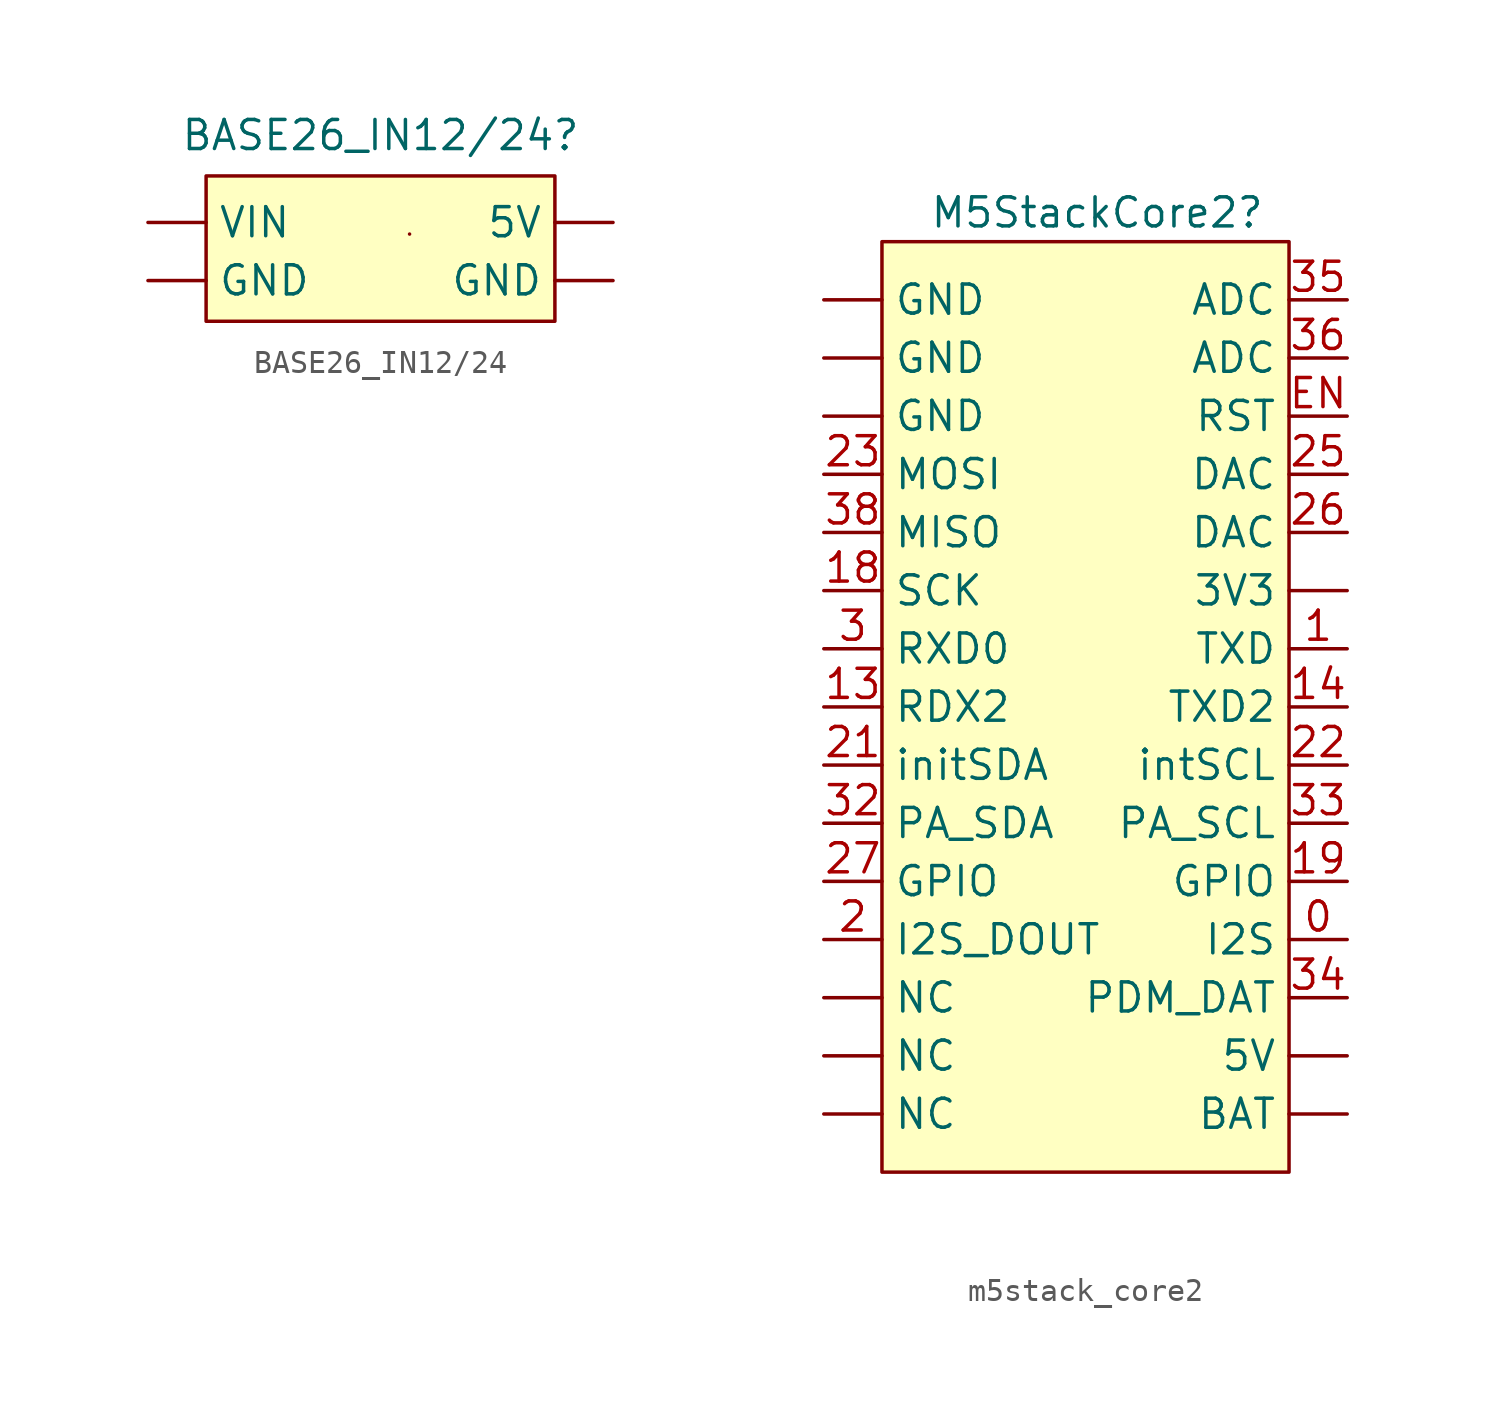
<source format=kicad_sym>
(kicad_symbol_lib
  (version 20231120)
  (generator "kicad_symbol_editor")
  (generator_version "8.0")
  (symbol "BASE26_IN12/24"
    (property "Reference" "BASE26_IN12/24"
      (at 0 0 0)
      (effects (font (size 1.27 1.27))))
    (property "Value" ""
      (at 0 0 0)
      (effects (font (size 1.27 1.27))))
    (symbol "BASE26_IN12/24_0_1"
      (rectangle (start 1.27 -4.318) (end 1.27 -4.318) (stroke (width 0) (type default)) (fill (type none))))
    (symbol "BASE26_IN12/24_1_1"
      (rectangle (start -7.62 -1.778) (end 7.62 -8.128) (stroke (width 0) (type default)) (fill (type background)))
      (pin power_out line (at 10.16 -3.81 180) (length 2.54) (name "5V" (effects (font (size 1.27 1.27)))) (number "" (effects (font (size 1.27 1.27)))))
      (pin power_in line (at -10.16 -6.35 0) (length 2.54) (name "GND" (effects (font (size 1.27 1.27)))) (number "" (effects (font (size 1.27 1.27)))))
      (pin power_out line (at 10.16 -6.35 180) (length 2.54) (name "GND" (effects (font (size 1.27 1.27)))) (number "" (effects (font (size 1.27 1.27)))))
      (pin power_in line (at -10.16 -3.81 0) (length 2.54) (name "VIN" (effects (font (size 1.27 1.27)))) (number "" (effects (font (size 1.27 1.27)))))))
  (symbol "m5stack_core2"
    (property "Reference" "M5StackCore2"
      (at 0.508 1.27 0)
      (effects (font (size 1.27 1.27))))
    (property "Value" ""
      (at 0 0 0)
      (effects (font (size 1.27 1.27))))
    (symbol "m5stack_core2_1_1"
      (rectangle (start -8.89 0) (end 8.89 -40.64) (stroke (width 0) (type default)) (fill (type background)))
      (pin output line (at 11.43 -15.24 180) (length 2.54) (name "3V3" (effects (font (size 1.27 1.27)))) (number "" (effects (font (size 1.27 1.27)))))
      (pin output line (at 11.43 -35.56 180) (length 2.54) (name "5V" (effects (font (size 1.27 1.27)))) (number "" (effects (font (size 1.27 1.27)))))
      (pin output line (at 11.43 -38.1 180) (length 2.54) (name "BAT" (effects (font (size 1.27 1.27)))) (number "" (effects (font (size 1.27 1.27)))))
      (pin power_out line (at -11.43 -7.62 0) (length 2.54) (name "GND" (effects (font (size 1.27 1.27)))) (number "" (effects (font (size 1.27 1.27)))))
      (pin power_out line (at -11.43 -5.08 0) (length 2.54) (name "GND" (effects (font (size 1.27 1.27)))) (number "" (effects (font (size 1.27 1.27)))))
      (pin power_out line (at -11.43 -2.54 0) (length 2.54) (name "GND" (effects (font (size 1.27 1.27)))) (number "" (effects (font (size 1.27 1.27)))))
      (pin bidirectional line (at -11.43 -38.1 0) (length 2.54) (name "NC" (effects (font (size 1.27 1.27)))) (number "" (effects (font (size 1.27 1.27)))))
      (pin bidirectional line (at -11.43 -35.56 0) (length 2.54) (name "NC" (effects (font (size 1.27 1.27)))) (number "" (effects (font (size 1.27 1.27)))))
      (pin bidirectional line (at -11.43 -33.02 0) (length 2.54) (name "NC" (effects (font (size 1.27 1.27)))) (number "" (effects (font (size 1.27 1.27)))))
      (pin bidirectional line (at 11.43 -30.48 180) (length 2.54) (name "I2S" (effects (font (size 1.27 1.27)))) (number "0" (effects (font (size 1.27 1.27)))))
      (pin bidirectional line (at 11.43 -17.78 180) (length 2.54) (name "TXD" (effects (font (size 1.27 1.27)))) (number "1" (effects (font (size 1.27 1.27)))))
      (pin bidirectional line (at -11.43 -20.32 0) (length 2.54) (name "RDX2" (effects (font (size 1.27 1.27)))) (number "13" (effects (font (size 1.27 1.27)))))
      (pin bidirectional line (at 11.43 -20.32 180) (length 2.54) (name "TXD2" (effects (font (size 1.27 1.27)))) (number "14" (effects (font (size 1.27 1.27)))))
      (pin bidirectional line (at -11.43 -15.24 0) (length 2.54) (name "SCK" (effects (font (size 1.27 1.27)))) (number "18" (effects (font (size 1.27 1.27)))))
      (pin bidirectional line (at 11.43 -27.94 180) (length 2.54) (name "GPIO" (effects (font (size 1.27 1.27)))) (number "19" (effects (font (size 1.27 1.27)))))
      (pin bidirectional line (at -11.43 -30.48 0) (length 2.54) (name "I2S_DOUT" (effects (font (size 1.27 1.27)))) (number "2" (effects (font (size 1.27 1.27)))))
      (pin bidirectional line (at -11.43 -22.86 0) (length 2.54) (name "initSDA" (effects (font (size 1.27 1.27)))) (number "21" (effects (font (size 1.27 1.27)))))
      (pin bidirectional line (at 11.43 -22.86 180) (length 2.54) (name "intSCL" (effects (font (size 1.27 1.27)))) (number "22" (effects (font (size 1.27 1.27)))))
      (pin bidirectional line (at -11.43 -10.16 0) (length 2.54) (name "MOSI" (effects (font (size 1.27 1.27)))) (number "23" (effects (font (size 1.27 1.27)))))
      (pin bidirectional line (at 11.43 -10.16 180) (length 2.54) (name "DAC" (effects (font (size 1.27 1.27)))) (number "25" (effects (font (size 1.27 1.27)))))
      (pin bidirectional line (at 11.43 -12.7 180) (length 2.54) (name "DAC" (effects (font (size 1.27 1.27)))) (number "26" (effects (font (size 1.27 1.27)))))
      (pin bidirectional line (at -11.43 -27.94 0) (length 2.54) (name "GPIO" (effects (font (size 1.27 1.27)))) (number "27" (effects (font (size 1.27 1.27)))))
      (pin bidirectional line (at -11.43 -17.78 0) (length 2.54) (name "RXD0" (effects (font (size 1.27 1.27)))) (number "3" (effects (font (size 1.27 1.27)))))
      (pin bidirectional line (at -11.43 -25.4 0) (length 2.54) (name "PA_SDA" (effects (font (size 1.27 1.27)))) (number "32" (effects (font (size 1.27 1.27)))))
      (pin bidirectional line (at 11.43 -25.4 180) (length 2.54) (name "PA_SCL" (effects (font (size 1.27 1.27)))) (number "33" (effects (font (size 1.27 1.27)))))
      (pin bidirectional line (at 11.43 -33.02 180) (length 2.54) (name "PDM_DAT" (effects (font (size 1.27 1.27)))) (number "34" (effects (font (size 1.27 1.27)))))
      (pin bidirectional line (at 11.43 -2.54 180) (length 2.54) (name "ADC" (effects (font (size 1.27 1.27)))) (number "35" (effects (font (size 1.27 1.27)))))
      (pin bidirectional line (at 11.43 -5.08 180) (length 2.54) (name "ADC" (effects (font (size 1.27 1.27)))) (number "36" (effects (font (size 1.27 1.27)))))
      (pin bidirectional line (at -11.43 -12.7 0) (length 2.54) (name "MISO" (effects (font (size 1.27 1.27)))) (number "38" (effects (font (size 1.27 1.27)))))
      (pin bidirectional line (at 11.43 -7.62 180) (length 2.54) (name "RST" (effects (font (size 1.27 1.27)))) (number "EN" (effects (font (size 1.27 1.27))))))))
</source>
